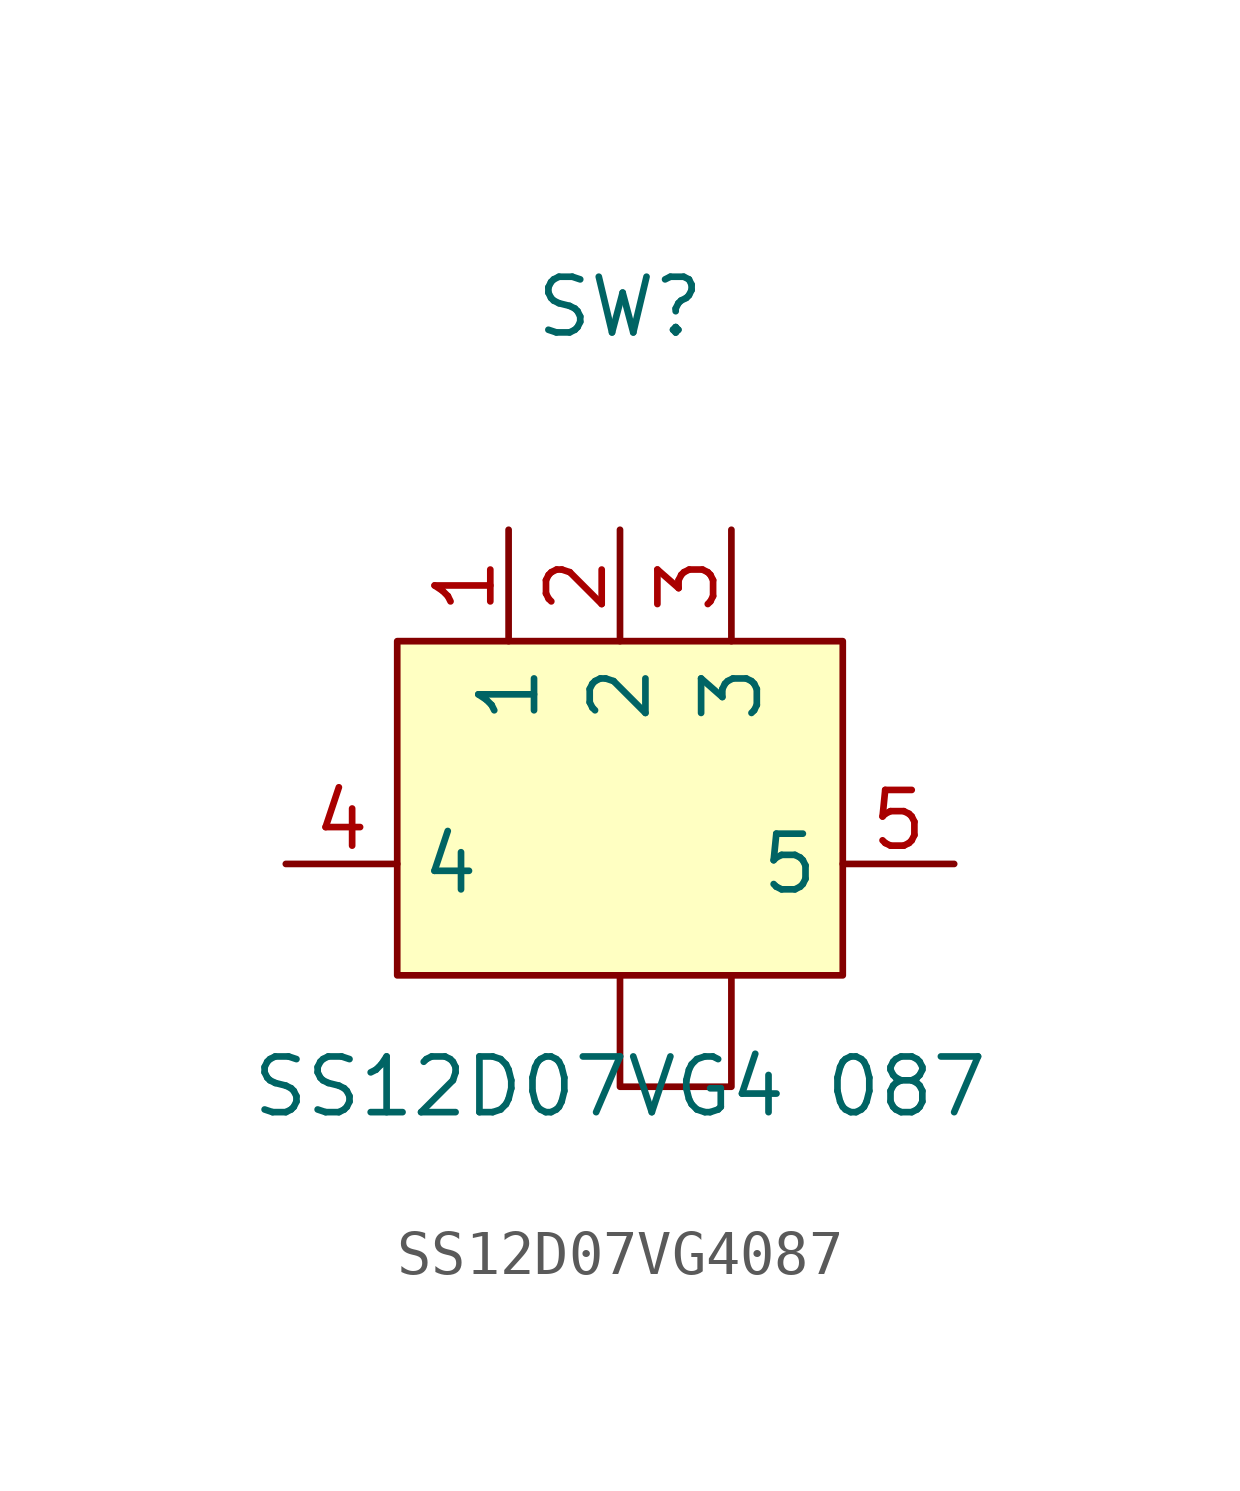
<source format=kicad_sym>
(kicad_symbol_lib
  (version 20241209)
  (generator "kicad_symbol_editor")
  (generator_version "9.0")
  (symbol "SS12D07VG4087"
    (property "Reference" "SW"
      (at 0 10.16 0)
      (effects (font (size 1.27 1.27))))
    (property "Value" "SS12D07VG4 087"
      (at 0 -7.62 0)
      (effects (font (size 1.27 1.27))))
    (symbol "SS12D07VG4087_0_1"
      (rectangle (start -5.08 2.54) (end 5.08 -5.08) (stroke (width 0) (type default)) (fill (type background)))
      (polyline (pts (xy 0 -5.08) (xy 0 -7.62) (xy 2.54 -7.62) (xy 2.54 -5.08)) (stroke (width 0) (type default)) (fill (type none)))
      (pin unspecified line (at -7.62 -2.54 0) (length 2.54) (name "4" (effects (font (size 1.27 1.27)))) (number "4" (effects (font (size 1.27 1.27)))))
      (pin unspecified line (at -2.54 5.08 270) (length 2.54) (name "1" (effects (font (size 1.27 1.27)))) (number "1" (effects (font (size 1.27 1.27)))))
      (pin unspecified line (at 0 5.08 270) (length 2.54) (name "2" (effects (font (size 1.27 1.27)))) (number "2" (effects (font (size 1.27 1.27)))))
      (pin unspecified line (at 2.54 5.08 270) (length 2.54) (name "3" (effects (font (size 1.27 1.27)))) (number "3" (effects (font (size 1.27 1.27)))))
      (pin unspecified line (at 7.62 -2.54 180) (length 2.54) (name "5" (effects (font (size 1.27 1.27)))) (number "5" (effects (font (size 1.27 1.27))))))))
</source>
